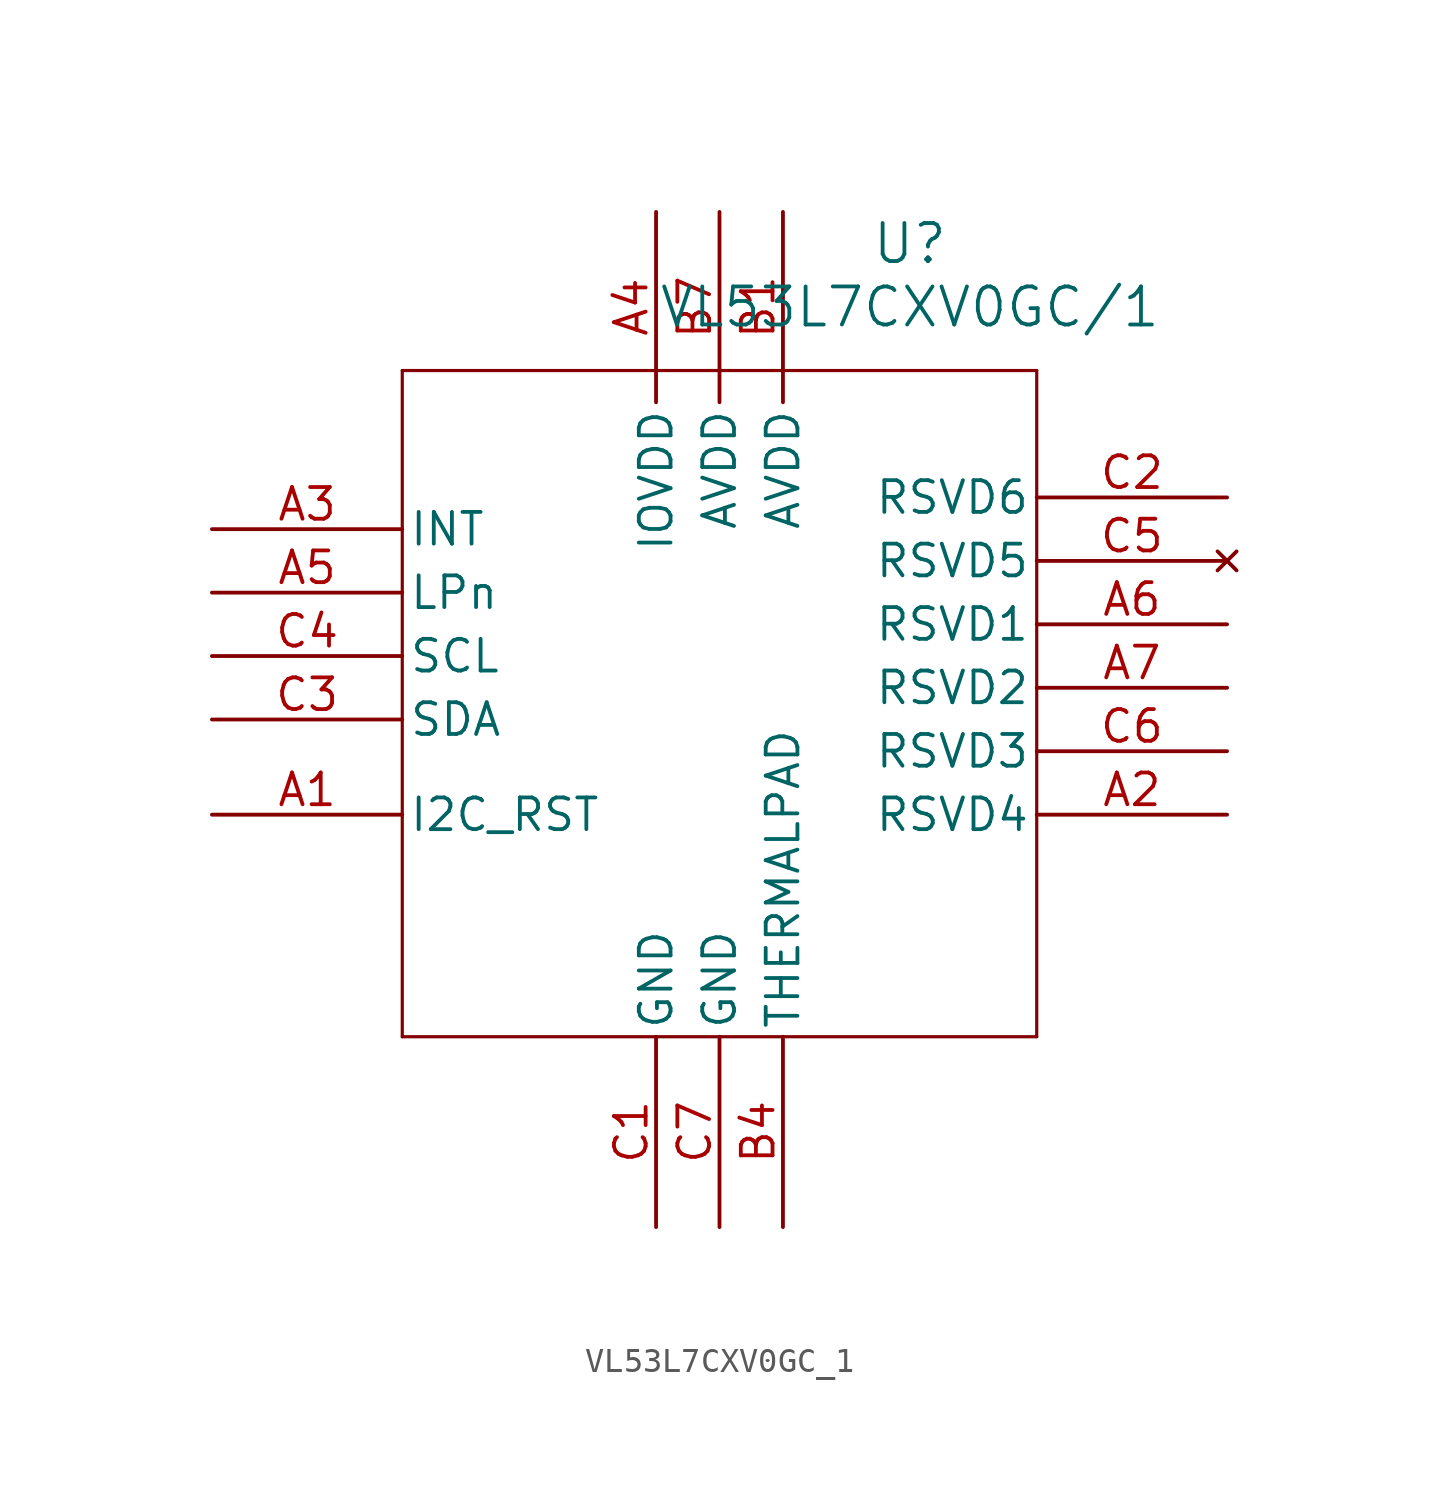
<source format=kicad_sym>
(kicad_symbol_lib
  (version 20231120)
  (generator "kicad_symbol_editor")
  (generator_version "8.0")
  (symbol "VL53L7CXV0GC_1"
    (pin_names
      (offset 0.254))
    (property "Reference" "U"
      (at 27.94 10.16 0)
      (effects (font (size 1.524 1.524))))
    (property "Value" "VL53L7CXV0GC/1"
      (at 27.94 7.62 0)
      (effects (font (size 1.524 1.524))))
    (property "ki_locked" ""
      (at 0 0 0)
      (effects (font (size 1.27 1.27))))
    (symbol "VL53L7CXV0GC_1_0_1"
      (polyline (pts (xy 7.62 -21.59) (xy 33.02 -21.59)) (stroke (width 0.127) (type default)) (fill (type none)))
      (polyline (pts (xy 7.62 5.08) (xy 7.62 -21.59)) (stroke (width 0.127) (type default)) (fill (type none)))
      (polyline (pts (xy 33.02 -21.59) (xy 33.02 5.08)) (stroke (width 0.127) (type default)) (fill (type none)))
      (polyline (pts (xy 33.02 5.08) (xy 7.62 5.08)) (stroke (width 0.127) (type default)) (fill (type none)))
      (pin input line (at 0 -12.7 0) (length 7.62) (name "I2C_RST" (effects (font (size 1.27 1.27)))) (number "A1" (effects (font (size 1.27 1.27)))))
      (pin passive line (at 40.64 -12.7 180) (length 7.62) (name "RSVD4" (effects (font (size 1.27 1.27)))) (number "A2" (effects (font (size 1.27 1.27)))))
      (pin bidirectional line (at 0 -1.27 0) (length 7.62) (name "INT" (effects (font (size 1.27 1.27)))) (number "A3" (effects (font (size 1.27 1.27)))))
      (pin power_in line (at 17.78 11.43 270) (length 7.62) (name "IOVDD" (effects (font (size 1.27 1.27)))) (number "A4" (effects (font (size 1.27 1.27)))))
      (pin input line (at 0 -3.81 0) (length 7.62) (name "LPn" (effects (font (size 1.27 1.27)))) (number "A5" (effects (font (size 1.27 1.27)))))
      (pin passive line (at 40.64 -5.08 180) (length 7.62) (name "RSVD1" (effects (font (size 1.27 1.27)))) (number "A6" (effects (font (size 1.27 1.27)))))
      (pin passive line (at 40.64 -7.62 180) (length 7.62) (name "RSVD2" (effects (font (size 1.27 1.27)))) (number "A7" (effects (font (size 1.27 1.27)))))
      (pin power_in line (at 22.86 11.43 270) (length 7.62) (name "AVDD" (effects (font (size 1.27 1.27)))) (number "B1" (effects (font (size 1.27 1.27)))))
      (pin passive line (at 22.86 -29.21 90) (length 7.62) (name "THERMALPAD" (effects (font (size 1.27 1.27)))) (number "B4" (effects (font (size 1.27 1.27)))))
      (pin power_in line (at 20.32 11.43 270) (length 7.62) (name "AVDD" (effects (font (size 1.27 1.27)))) (number "B7" (effects (font (size 1.27 1.27)))))
      (pin passive line (at 17.78 -29.21 90) (length 7.62) (name "GND" (effects (font (size 1.27 1.27)))) (number "C1" (effects (font (size 1.27 1.27)))))
      (pin bidirectional line (at 40.64 0 180) (length 7.62) (name "RSVD6" (effects (font (size 1.27 1.27)))) (number "C2" (effects (font (size 1.27 1.27)))))
      (pin bidirectional line (at 0 -8.89 0) (length 7.62) (name "SDA" (effects (font (size 1.27 1.27)))) (number "C3" (effects (font (size 1.27 1.27)))))
      (pin input line (at 0 -6.35 0) (length 7.62) (name "SCL" (effects (font (size 1.27 1.27)))) (number "C4" (effects (font (size 1.27 1.27)))))
      (pin no_connect line (at 40.64 -2.54 180) (length 7.62) (name "RSVD5" (effects (font (size 1.27 1.27)))) (number "C5" (effects (font (size 1.27 1.27)))))
      (pin passive line (at 40.64 -10.16 180) (length 7.62) (name "RSVD3" (effects (font (size 1.27 1.27)))) (number "C6" (effects (font (size 1.27 1.27)))))
      (pin passive line (at 20.32 -29.21 90) (length 7.62) (name "GND" (effects (font (size 1.27 1.27)))) (number "C7" (effects (font (size 1.27 1.27))))))))
</source>
